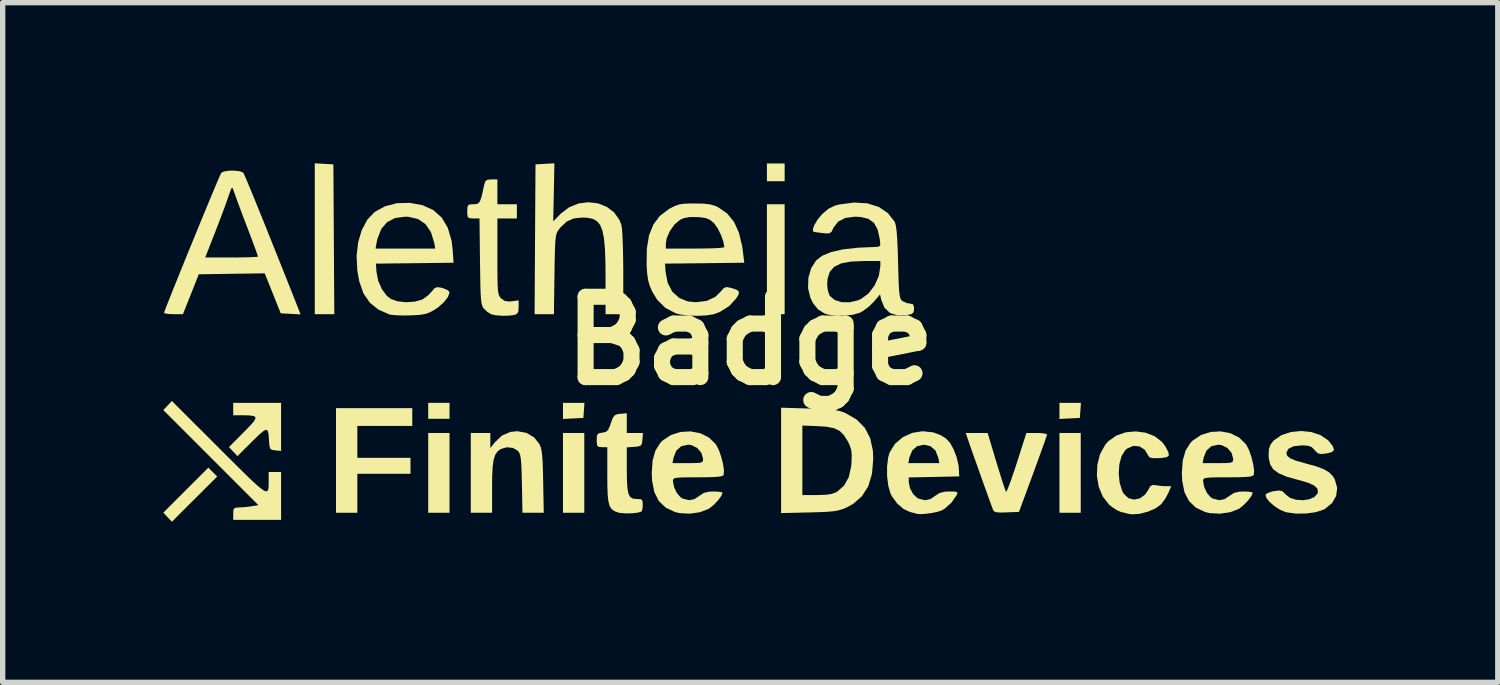
<source format=kicad_pcb>
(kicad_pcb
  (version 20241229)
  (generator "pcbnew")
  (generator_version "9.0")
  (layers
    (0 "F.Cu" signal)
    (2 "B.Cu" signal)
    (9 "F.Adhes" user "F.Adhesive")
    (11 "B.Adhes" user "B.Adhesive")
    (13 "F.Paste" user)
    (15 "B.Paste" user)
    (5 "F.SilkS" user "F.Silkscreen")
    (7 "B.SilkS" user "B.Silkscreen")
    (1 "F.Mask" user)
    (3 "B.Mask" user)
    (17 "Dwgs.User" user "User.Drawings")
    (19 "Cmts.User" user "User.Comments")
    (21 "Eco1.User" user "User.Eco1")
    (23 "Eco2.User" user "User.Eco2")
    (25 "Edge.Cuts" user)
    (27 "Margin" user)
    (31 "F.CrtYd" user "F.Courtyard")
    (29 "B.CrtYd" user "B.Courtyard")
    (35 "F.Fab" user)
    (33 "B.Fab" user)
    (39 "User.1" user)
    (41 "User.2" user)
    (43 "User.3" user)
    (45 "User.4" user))
  (footprint "Badge"
    (layer "F.Cu")
    (at 10.959 3.315)
    (property "Reference" "Badge" (at 0 0 0) (layer "F.SilkS") (effects (font (size 1.5 1.5) (thickness 0.3))))
    (attr board_only exclude_from_pos_files exclude_from_bom)
    (fp_poly (pts (xy -10.035 2.452) (xy -9.952 2.535) (xy -10.375 2.957) (xy -10.799 3.38) (xy -10.879 3.295) (xy -10.959 3.21) (xy -10.538 2.789) (xy -10.118 2.369)) (stroke (width 0) (type solid)) (fill yes) (layer "F.SilkS"))
    (fp_poly (pts (xy -7.956 -3.305) (xy -7.782 -3.295) (xy -7.774 -1.896) (xy -7.765 -0.497) (xy -7.947 -0.497) (xy -8.13 -0.497) (xy -8.13 -1.906) (xy -8.13 -3.315)) (stroke (width 0) (type solid)) (fill yes) (layer "F.SilkS"))
    (fp_poly (pts (xy -5.613 1.308) (xy -5.613 1.457) (xy -5.812 1.457) (xy -6.011 1.457) (xy -6.011 1.308) (xy -6.011 1.159) (xy -5.812 1.159) (xy -5.613 1.159)) (stroke (width 0) (type solid)) (fill yes) (layer "F.SilkS"))
    (fp_poly (pts (xy -5.613 2.467) (xy -5.613 3.212) (xy -5.812 3.212) (xy -6.011 3.212) (xy -6.011 2.467) (xy -6.011 1.722) (xy -5.812 1.722) (xy -5.613 1.722)) (stroke (width 0) (type solid)) (fill yes) (layer "F.SilkS"))
    (fp_poly (pts (xy -3.103 1.3) (xy -3.113 1.441) (xy -3.303 1.45) (xy -3.494 1.46) (xy -3.494 1.31) (xy -3.494 1.159) (xy -3.293 1.159) (xy -3.093 1.159)) (stroke (width 0) (type solid)) (fill yes) (layer "F.SilkS"))
    (fp_poly (pts (xy -3.096 2.467) (xy -3.096 3.212) (xy -3.295 3.212) (xy -3.494 3.212) (xy -3.494 2.467) (xy -3.494 1.722) (xy -3.295 1.722) (xy -3.096 1.722)) (stroke (width 0) (type solid)) (fill yes) (layer "F.SilkS"))
    (fp_poly (pts (xy 0.646 -3.146) (xy 0.646 -2.98) (xy 0.48 -2.98) (xy 0.315 -2.98) (xy 0.315 -3.146) (xy 0.315 -3.312) (xy 0.48 -3.312) (xy 0.646 -3.312)) (stroke (width 0) (type solid)) (fill yes) (layer "F.SilkS"))
    (fp_poly (pts (xy 0.646 -1.523) (xy 0.646 -0.497) (xy 0.48 -0.497) (xy 0.315 -0.497) (xy 0.315 -1.523) (xy 0.315 -2.55) (xy 0.48 -2.55) (xy 0.646 -2.55)) (stroke (width 0) (type solid)) (fill yes) (layer "F.SilkS"))
    (fp_poly (pts (xy 6.17 1.3) (xy 6.16 1.441) (xy 5.969 1.45) (xy 5.779 1.46) (xy 5.779 1.31) (xy 5.779 1.159) (xy 5.979 1.159) (xy 6.18 1.159)) (stroke (width 0) (type solid)) (fill yes) (layer "F.SilkS"))
    (fp_poly (pts (xy 6.176 2.467) (xy 6.176 3.212) (xy 5.977 3.212) (xy 5.779 3.212) (xy 5.779 2.467) (xy 5.779 1.722) (xy 5.977 1.722) (xy 6.176 1.722)) (stroke (width 0) (type solid)) (fill yes) (layer "F.SilkS"))
    (fp_poly (pts (xy -6.309 1.424) (xy -6.309 1.59) (xy -6.822 1.59) (xy -7.335 1.59) (xy -7.335 1.888) (xy -7.335 2.186) (xy -6.838 2.186) (xy -6.342 2.186) (xy -6.342 2.335) (xy -6.342 2.484) (xy -6.838 2.484) (xy -7.335 2.484) (xy -7.335 2.848) (xy -7.335 3.212) (xy -7.534 3.212) (xy -7.733 3.212) (xy -7.733 2.235) (xy -7.733 1.258) (xy -7.021 1.258) (xy -6.309 1.258)) (stroke (width 0) (type solid)) (fill yes) (layer "F.SilkS"))
    (fp_poly (pts (xy -8.759 1.608) (xy -8.759 2.057) (xy -8.867 2.047) (xy -8.931 2.037) (xy -8.964 2.011) (xy -8.978 1.95) (xy -8.984 1.871) (xy -8.992 1.755) (xy -9.006 1.685) (xy -9.035 1.66) (xy -9.085 1.682) (xy -9.166 1.751) (xy -9.284 1.866) (xy -9.3 1.882) (xy -9.574 2.154) (xy -9.653 2.07) (xy -9.733 1.985) (xy -9.458 1.709) (xy -9.335 1.583) (xy -9.26 1.496) (xy -9.234 1.44) (xy -9.258 1.409) (xy -9.334 1.395) (xy -9.461 1.391) (xy -9.496 1.391) (xy -9.653 1.391) (xy -9.653 1.275) (xy -9.653 1.159) (xy -9.206 1.159) (xy -8.759 1.159)) (stroke (width 0) (type solid)) (fill yes) (layer "F.SilkS"))
    (fp_poly (pts (xy -9.916 2.006) (xy -9.683 2.238) (xy -9.493 2.427) (xy -9.342 2.575) (xy -9.224 2.684) (xy -9.136 2.759) (xy -9.074 2.801) (xy -9.032 2.813) (xy -9.008 2.799) (xy -8.995 2.76) (xy -8.991 2.701) (xy -8.991 2.623) (xy -8.991 2.613) (xy -8.991 2.451) (xy -8.875 2.451) (xy -8.759 2.451) (xy -8.759 2.898) (xy -8.759 3.345) (xy -9.206 3.345) (xy -9.653 3.345) (xy -9.653 3.229) (xy -9.648 3.151) (xy -9.619 3.119) (xy -9.549 3.113) (xy -9.546 3.113) (xy -9.437 3.107) (xy -9.318 3.092) (xy -9.311 3.091) (xy -9.183 3.07) (xy -10.071 2.182) (xy -10.959 1.294) (xy -10.879 1.209) (xy -10.799 1.124)) (stroke (width 0) (type solid)) (fill yes) (layer "F.SilkS"))
    (fp_poly (pts (xy 5.457 1.726) (xy 5.527 1.738) (xy 5.547 1.75) (xy 5.536 1.788) (xy 5.505 1.879) (xy 5.457 2.013) (xy 5.396 2.182) (xy 5.325 2.377) (xy 5.285 2.487) (xy 5.023 3.196) (xy 4.792 3.205) (xy 4.667 3.208) (xy 4.593 3.201) (xy 4.554 3.182) (xy 4.538 3.156) (xy 4.517 3.1) (xy 4.478 2.994) (xy 4.427 2.851) (xy 4.366 2.683) (xy 4.302 2.502) (xy 4.238 2.322) (xy 4.178 2.154) (xy 4.128 2.012) (xy 4.105 1.946) (xy 4.028 1.722) (xy 4.233 1.722) (xy 4.438 1.722) (xy 4.599 2.26) (xy 4.654 2.439) (xy 4.703 2.596) (xy 4.743 2.719) (xy 4.771 2.797) (xy 4.782 2.821) (xy 4.798 2.799) (xy 4.83 2.722) (xy 4.874 2.602) (xy 4.928 2.447) (xy 4.982 2.283) (xy 5.161 1.722) (xy 5.354 1.722)) (stroke (width 0) (type solid)) (fill yes) (layer "F.SilkS"))
    (fp_poly (pts (xy -4.178 1.719) (xy -4.034 1.804) (xy -3.934 1.928) (xy -3.912 1.979) (xy -3.895 2.045) (xy -3.883 2.137) (xy -3.874 2.266) (xy -3.868 2.442) (xy -3.864 2.624) (xy -3.853 3.212) (xy -4.052 3.212) (xy -4.251 3.212) (xy -4.261 2.669) (xy -4.266 2.464) (xy -4.272 2.314) (xy -4.281 2.209) (xy -4.293 2.139) (xy -4.31 2.092) (xy -4.333 2.059) (xy -4.335 2.057) (xy -4.426 2.001) (xy -4.542 1.989) (xy -4.655 2.021) (xy -4.714 2.064) (xy -4.758 2.127) (xy -4.788 2.218) (xy -4.807 2.348) (xy -4.816 2.526) (xy -4.818 2.73) (xy -4.818 3.212) (xy -5.017 3.212) (xy -5.216 3.212) (xy -5.216 2.467) (xy -5.216 1.722) (xy -5.034 1.722) (xy -4.851 1.722) (xy -4.851 1.863) (xy -4.851 2.004) (xy -4.765 1.895) (xy -4.632 1.768) (xy -4.474 1.702) (xy -4.348 1.689)) (stroke (width 0) (type solid)) (fill yes) (layer "F.SilkS"))
    (fp_poly (pts (xy -3.665 -2.772) (xy -3.676 -2.23) (xy -3.539 -2.371) (xy -3.382 -2.492) (xy -3.206 -2.564) (xy -3.022 -2.588) (xy -2.842 -2.567) (xy -2.676 -2.502) (xy -2.537 -2.396) (xy -2.436 -2.251) (xy -2.403 -2.162) (xy -2.392 -2.091) (xy -2.383 -1.964) (xy -2.376 -1.793) (xy -2.371 -1.587) (xy -2.368 -1.356) (xy -2.368 -1.267) (xy -2.368 -0.497) (xy -2.533 -0.497) (xy -2.699 -0.497) (xy -2.699 -1.157) (xy -2.701 -1.466) (xy -2.71 -1.714) (xy -2.728 -1.909) (xy -2.757 -2.056) (xy -2.8 -2.163) (xy -2.858 -2.234) (xy -2.935 -2.277) (xy -3.032 -2.297) (xy -3.13 -2.302) (xy -3.294 -2.285) (xy -3.423 -2.228) (xy -3.537 -2.121) (xy -3.574 -2.074) (xy -3.597 -2.04) (xy -3.614 -1.999) (xy -3.627 -1.944) (xy -3.636 -1.863) (xy -3.642 -1.749) (xy -3.647 -1.591) (xy -3.651 -1.382) (xy -3.653 -1.24) (xy -3.663 -0.497) (xy -3.844 -0.497) (xy -4.024 -0.497) (xy -4.016 -1.896) (xy -4.007 -3.295) (xy -3.83 -3.305) (xy -3.654 -3.315)) (stroke (width 0) (type solid)) (fill yes) (layer "F.SilkS"))
    (fp_poly (pts (xy 1.101 1.265) (xy 1.308 1.271) (xy 1.462 1.28) (xy 1.576 1.292) (xy 1.664 1.309) (xy 1.738 1.332) (xy 1.788 1.353) (xy 1.993 1.473) (xy 2.144 1.627) (xy 2.244 1.819) (xy 2.294 2.052) (xy 2.301 2.205) (xy 2.278 2.483) (xy 2.209 2.715) (xy 2.091 2.902) (xy 1.925 3.047) (xy 1.798 3.116) (xy 1.723 3.146) (xy 1.648 3.168) (xy 1.559 3.184) (xy 1.443 3.194) (xy 1.285 3.201) (xy 1.101 3.206) (xy 0.58 3.218) (xy 0.58 2.234) (xy 0.58 2.232) (xy 0.977 2.232) (xy 0.977 2.881) (xy 1.25 2.881) (xy 1.409 2.876) (xy 1.52 2.861) (xy 1.602 2.832) (xy 1.626 2.818) (xy 1.757 2.704) (xy 1.844 2.546) (xy 1.89 2.34) (xy 1.895 2.273) (xy 1.899 2.134) (xy 1.889 2.034) (xy 1.859 1.946) (xy 1.832 1.89) (xy 1.757 1.767) (xy 1.675 1.684) (xy 1.57 1.633) (xy 1.426 1.605) (xy 1.273 1.595) (xy 0.977 1.583) (xy 0.977 2.232) (xy 0.58 2.232) (xy 0.58 1.25)) (stroke (width 0) (type solid)) (fill yes) (layer "F.SilkS"))
    (fp_poly (pts (xy -2.302 1.538) (xy -2.302 1.722) (xy -2.151 1.722) (xy -2 1.722) (xy -2.01 1.846) (xy -2.02 1.924) (xy -2.048 1.962) (xy -2.113 1.977) (xy -2.161 1.981) (xy -2.302 1.991) (xy -2.302 2.413) (xy -2.299 2.617) (xy -2.289 2.763) (xy -2.27 2.861) (xy -2.236 2.92) (xy -2.186 2.948) (xy -2.116 2.955) (xy -2.108 2.955) (xy -2.037 2.959) (xy -2.009 2.99) (xy -2.004 3.063) (xy -2.01 3.143) (xy -2.026 3.188) (xy -2.028 3.19) (xy -2.099 3.21) (xy -2.207 3.222) (xy -2.327 3.224) (xy -2.429 3.215) (xy -2.457 3.209) (xy -2.53 3.183) (xy -2.584 3.146) (xy -2.621 3.089) (xy -2.645 3.003) (xy -2.659 2.878) (xy -2.665 2.705) (xy -2.666 2.509) (xy -2.666 1.987) (xy -2.765 1.987) (xy -2.829 1.982) (xy -2.857 1.953) (xy -2.864 1.881) (xy -2.865 1.857) (xy -2.86 1.772) (xy -2.836 1.733) (xy -2.777 1.718) (xy -2.76 1.716) (xy -2.695 1.703) (xy -2.653 1.667) (xy -2.618 1.593) (xy -2.6 1.54) (xy -2.564 1.442) (xy -2.528 1.392) (xy -2.476 1.37) (xy -2.423 1.364) (xy -2.302 1.354)) (stroke (width 0) (type solid)) (fill yes) (layer "F.SilkS"))
    (fp_poly (pts (xy 7.39 1.717) (xy 7.558 1.783) (xy 7.694 1.888) (xy 7.757 1.973) (xy 7.812 2.078) (xy 7.823 2.141) (xy 7.785 2.173) (xy 7.69 2.188) (xy 7.646 2.191) (xy 7.531 2.193) (xy 7.468 2.181) (xy 7.442 2.153) (xy 7.374 2.037) (xy 7.275 1.973) (xy 7.162 1.962) (xy 7.048 2.01) (xy 7.007 2.045) (xy 6.939 2.154) (xy 6.898 2.303) (xy 6.886 2.474) (xy 6.902 2.645) (xy 6.948 2.798) (xy 6.981 2.859) (xy 7.067 2.939) (xy 7.172 2.966) (xy 7.282 2.943) (xy 7.379 2.873) (xy 7.435 2.789) (xy 7.476 2.716) (xy 7.522 2.692) (xy 7.579 2.698) (xy 7.689 2.712) (xy 7.77 2.716) (xy 7.866 2.716) (xy 7.814 2.84) (xy 7.755 2.949) (xy 7.682 3.048) (xy 7.674 3.056) (xy 7.57 3.132) (xy 7.429 3.192) (xy 7.276 3.232) (xy 7.134 3.242) (xy 7.054 3.229) (xy 6.999 3.214) (xy 6.929 3.198) (xy 6.851 3.164) (xy 6.755 3.1) (xy 6.705 3.059) (xy 6.588 2.91) (xy 6.512 2.726) (xy 6.478 2.522) (xy 6.487 2.313) (xy 6.538 2.114) (xy 6.633 1.943) (xy 6.691 1.876) (xy 6.842 1.77) (xy 7.018 1.709) (xy 7.205 1.692)) (stroke (width 0) (type solid)) (fill yes) (layer "F.SilkS"))
    (fp_poly (pts (xy -4.719 -2.782) (xy -4.719 -2.55) (xy -4.537 -2.55) (xy -4.355 -2.55) (xy -4.355 -2.417) (xy -4.355 -2.285) (xy -4.537 -2.285) (xy -4.719 -2.285) (xy -4.719 -1.573) (xy -4.719 -1.338) (xy -4.717 -1.16) (xy -4.714 -1.03) (xy -4.708 -0.938) (xy -4.698 -0.877) (xy -4.684 -0.837) (xy -4.665 -0.808) (xy -4.649 -0.791) (xy -4.582 -0.744) (xy -4.498 -0.733) (xy -4.45 -0.738) (xy -4.322 -0.755) (xy -4.322 -0.63) (xy -4.329 -0.542) (xy -4.36 -0.499) (xy -4.396 -0.484) (xy -4.497 -0.47) (xy -4.624 -0.467) (xy -4.746 -0.476) (xy -4.834 -0.495) (xy -4.835 -0.495) (xy -4.907 -0.54) (xy -4.967 -0.596) (xy -4.988 -0.623) (xy -5.004 -0.657) (xy -5.016 -0.708) (xy -5.025 -0.783) (xy -5.032 -0.891) (xy -5.037 -1.04) (xy -5.04 -1.239) (xy -5.044 -1.477) (xy -5.053 -2.285) (xy -5.168 -2.285) (xy -5.241 -2.289) (xy -5.273 -2.314) (xy -5.282 -2.379) (xy -5.282 -2.417) (xy -5.278 -2.502) (xy -5.257 -2.54) (xy -5.201 -2.55) (xy -5.167 -2.55) (xy -5.111 -2.553) (xy -5.071 -2.571) (xy -5.041 -2.614) (xy -5.014 -2.694) (xy -4.985 -2.822) (xy -4.967 -2.906) (xy -4.944 -2.98) (xy -4.901 -3.009) (xy -4.832 -3.014) (xy -4.719 -3.014)) (stroke (width 0) (type solid)) (fill yes) (layer "F.SilkS"))
    (fp_poly (pts (xy 3.419 1.71) (xy 3.561 1.763) (xy 3.661 1.826) (xy 3.735 1.907) (xy 3.799 2.02) (xy 3.857 2.169) (xy 3.893 2.32) (xy 3.898 2.368) (xy 3.908 2.533) (xy 3.436 2.543) (xy 2.964 2.552) (xy 2.964 2.635) (xy 2.987 2.753) (xy 3.046 2.863) (xy 3.127 2.938) (xy 3.15 2.949) (xy 3.27 2.978) (xy 3.37 2.956) (xy 3.455 2.898) (xy 3.539 2.843) (xy 3.638 2.818) (xy 3.723 2.815) (xy 3.822 2.816) (xy 3.867 2.826) (xy 3.872 2.851) (xy 3.855 2.889) (xy 3.76 3.025) (xy 3.637 3.135) (xy 3.588 3.165) (xy 3.51 3.192) (xy 3.398 3.216) (xy 3.278 3.232) (xy 3.174 3.238) (xy 3.113 3.231) (xy 3.058 3.215) (xy 2.991 3.199) (xy 2.869 3.143) (xy 2.749 3.04) (xy 2.651 2.906) (xy 2.623 2.851) (xy 2.582 2.709) (xy 2.56 2.533) (xy 2.559 2.349) (xy 2.567 2.285) (xy 2.956 2.285) (xy 3.245 2.285) (xy 3.535 2.285) (xy 3.514 2.177) (xy 3.461 2.047) (xy 3.367 1.967) (xy 3.245 1.941) (xy 3.118 1.969) (xy 3.027 2.052) (xy 2.977 2.177) (xy 2.956 2.285) (xy 2.567 2.285) (xy 2.579 2.182) (xy 2.607 2.085) (xy 2.709 1.923) (xy 2.854 1.8) (xy 3.03 1.72) (xy 3.222 1.689)) (stroke (width 0) (type solid)) (fill yes) (layer "F.SilkS"))
    (fp_poly (pts (xy -6.115 -2.532) (xy -5.916 -2.441) (xy -5.758 -2.3) (xy -5.645 -2.109) (xy -5.575 -1.871) (xy -5.554 -1.698) (xy -5.538 -1.458) (xy -6.263 -1.449) (xy -6.987 -1.441) (xy -6.978 -1.292) (xy -6.946 -1.123) (xy -6.877 -0.965) (xy -6.783 -0.839) (xy -6.71 -0.782) (xy -6.583 -0.737) (xy -6.424 -0.72) (xy -6.262 -0.731) (xy -6.125 -0.77) (xy -6.116 -0.775) (xy -6.02 -0.842) (xy -5.942 -0.924) (xy -5.891 -0.983) (xy -5.842 -1.002) (xy -5.765 -0.991) (xy -5.743 -0.985) (xy -5.655 -0.951) (xy -5.614 -0.911) (xy -5.613 -0.903) (xy -5.641 -0.82) (xy -5.715 -0.723) (xy -5.821 -0.628) (xy -5.903 -0.573) (xy -5.99 -0.527) (xy -6.075 -0.499) (xy -6.179 -0.483) (xy -6.324 -0.475) (xy -6.357 -0.474) (xy -6.501 -0.473) (xy -6.629 -0.478) (xy -6.719 -0.488) (xy -6.739 -0.493) (xy -6.944 -0.584) (xy -7.103 -0.713) (xy -7.22 -0.885) (xy -7.298 -1.106) (xy -7.335 -1.31) (xy -7.349 -1.583) (xy -7.333 -1.722) (xy -6.995 -1.722) (xy -6.437 -1.722) (xy -5.88 -1.722) (xy -5.899 -1.83) (xy -5.96 -2.03) (xy -6.062 -2.179) (xy -6.202 -2.274) (xy -6.382 -2.316) (xy -6.438 -2.318) (xy -6.629 -2.293) (xy -6.779 -2.216) (xy -6.888 -2.088) (xy -6.959 -1.906) (xy -6.972 -1.846) (xy -6.995 -1.722) (xy -7.333 -1.722) (xy -7.32 -1.839) (xy -7.252 -2.069) (xy -7.149 -2.261) (xy -7.013 -2.404) (xy -7.012 -2.405) (xy -6.819 -2.512) (xy -6.594 -2.57) (xy -6.352 -2.576)) (stroke (width 0) (type solid)) (fill yes) (layer "F.SilkS"))
    (fp_poly (pts (xy -0.929 1.727) (xy -0.768 1.807) (xy -0.642 1.929) (xy -0.632 1.944) (xy -0.582 2.042) (xy -0.538 2.169) (xy -0.504 2.301) (xy -0.487 2.419) (xy -0.492 2.5) (xy -0.493 2.504) (xy -0.514 2.523) (xy -0.565 2.536) (xy -0.656 2.544) (xy -0.796 2.549) (xy -0.976 2.55) (xy -1.16 2.55) (xy -1.287 2.553) (xy -1.369 2.559) (xy -1.415 2.569) (xy -1.435 2.586) (xy -1.44 2.611) (xy -1.441 2.617) (xy -1.42 2.731) (xy -1.368 2.842) (xy -1.297 2.924) (xy -1.258 2.948) (xy -1.138 2.977) (xy -1.039 2.958) (xy -0.95 2.898) (xy -0.865 2.842) (xy -0.765 2.818) (xy -0.682 2.815) (xy -0.587 2.819) (xy -0.525 2.829) (xy -0.513 2.838) (xy -0.537 2.898) (xy -0.597 2.979) (xy -0.676 3.063) (xy -0.759 3.13) (xy -0.781 3.143) (xy -0.94 3.203) (xy -1.128 3.229) (xy -1.315 3.219) (xy -1.403 3.198) (xy -1.577 3.115) (xy -1.705 2.992) (xy -1.788 2.826) (xy -1.83 2.612) (xy -1.836 2.467) (xy -1.823 2.285) (xy -1.449 2.285) (xy -1.163 2.285) (xy -1.026 2.284) (xy -0.941 2.279) (xy -0.897 2.267) (xy -0.88 2.243) (xy -0.878 2.204) (xy -0.878 2.204) (xy -0.908 2.094) (xy -0.986 2.003) (xy -1.093 1.949) (xy -1.156 1.941) (xy -1.285 1.969) (xy -1.377 2.051) (xy -1.427 2.177) (xy -1.449 2.285) (xy -1.823 2.285) (xy -1.82 2.234) (xy -1.767 2.049) (xy -1.675 1.906) (xy -1.635 1.864) (xy -1.478 1.76) (xy -1.299 1.703) (xy -1.111 1.692)) (stroke (width 0) (type solid)) (fill yes) (layer "F.SilkS"))
    (fp_poly (pts (xy 8.972 1.727) (xy 9.134 1.807) (xy 9.259 1.929) (xy 9.27 1.944) (xy 9.32 2.042) (xy 9.364 2.169) (xy 9.397 2.301) (xy 9.414 2.419) (xy 9.41 2.5) (xy 9.408 2.504) (xy 9.387 2.523) (xy 9.336 2.536) (xy 9.245 2.544) (xy 9.106 2.549) (xy 8.926 2.55) (xy 8.742 2.55) (xy 8.615 2.553) (xy 8.533 2.559) (xy 8.487 2.569) (xy 8.466 2.586) (xy 8.461 2.611) (xy 8.461 2.617) (xy 8.482 2.731) (xy 8.534 2.842) (xy 8.604 2.924) (xy 8.644 2.948) (xy 8.764 2.977) (xy 8.863 2.958) (xy 8.952 2.898) (xy 9.037 2.842) (xy 9.137 2.818) (xy 9.219 2.815) (xy 9.315 2.819) (xy 9.376 2.829) (xy 9.388 2.838) (xy 9.365 2.898) (xy 9.305 2.979) (xy 9.226 3.063) (xy 9.143 3.13) (xy 9.121 3.143) (xy 8.962 3.203) (xy 8.774 3.229) (xy 8.587 3.219) (xy 8.499 3.198) (xy 8.325 3.115) (xy 8.197 2.992) (xy 8.113 2.826) (xy 8.071 2.612) (xy 8.065 2.467) (xy 8.078 2.285) (xy 8.453 2.285) (xy 8.738 2.285) (xy 8.876 2.284) (xy 8.96 2.279) (xy 9.004 2.267) (xy 9.021 2.243) (xy 9.024 2.204) (xy 9.024 2.204) (xy 8.994 2.094) (xy 8.916 2.003) (xy 8.808 1.949) (xy 8.746 1.941) (xy 8.617 1.969) (xy 8.524 2.051) (xy 8.474 2.177) (xy 8.453 2.285) (xy 8.078 2.285) (xy 8.082 2.234) (xy 8.135 2.049) (xy 8.226 1.906) (xy 8.267 1.864) (xy 8.423 1.76) (xy 8.603 1.703) (xy 8.791 1.692)) (stroke (width 0) (type solid)) (fill yes) (layer "F.SilkS"))
    (fp_poly (pts (xy -9.528 -3.166) (xy -9.468 -3.142) (xy -9.464 -3.138) (xy -9.445 -3.098) (xy -9.403 -3.002) (xy -9.342 -2.855) (xy -9.262 -2.662) (xy -9.167 -2.427) (xy -9.057 -2.156) (xy -8.936 -1.854) (xy -8.805 -1.526) (xy -8.666 -1.178) (xy -8.521 -0.813) (xy -8.457 -0.652) (xy -8.395 -0.493) (xy -8.58 -0.503) (xy -8.766 -0.513) (xy -8.915 -0.887) (xy -9.065 -1.26) (xy -9.68 -1.251) (xy -10.296 -1.242) (xy -10.444 -0.869) (xy -10.592 -0.497) (xy -10.769 -0.497) (xy -10.867 -0.501) (xy -10.931 -0.512) (xy -10.945 -0.522) (xy -10.933 -0.558) (xy -10.899 -0.649) (xy -10.845 -0.784) (xy -10.776 -0.958) (xy -10.694 -1.161) (xy -10.603 -1.387) (xy -10.534 -1.556) (xy -10.176 -1.556) (xy -9.683 -1.556) (xy -9.511 -1.557) (xy -9.365 -1.56) (xy -9.256 -1.565) (xy -9.197 -1.57) (xy -9.19 -1.573) (xy -9.201 -1.607) (xy -9.232 -1.694) (xy -9.279 -1.822) (xy -9.339 -1.981) (xy -9.401 -2.144) (xy -9.472 -2.33) (xy -9.536 -2.502) (xy -9.589 -2.646) (xy -9.627 -2.751) (xy -9.644 -2.798) (xy -9.661 -2.847) (xy -9.677 -2.86) (xy -9.696 -2.828) (xy -9.726 -2.744) (xy -9.749 -2.678) (xy -9.788 -2.564) (xy -9.846 -2.408) (xy -9.914 -2.228) (xy -9.985 -2.043) (xy -9.999 -2.007) (xy -10.176 -1.556) (xy -10.534 -1.556) (xy -10.506 -1.626) (xy -10.405 -1.872) (xy -10.305 -2.117) (xy -10.208 -2.353) (xy -10.117 -2.572) (xy -10.037 -2.765) (xy -9.969 -2.927) (xy -9.917 -3.048) (xy -9.885 -3.12) (xy -9.876 -3.138) (xy -9.823 -3.163) (xy -9.73 -3.177) (xy -9.624 -3.177)) (stroke (width 0) (type solid)) (fill yes) (layer "F.SilkS"))
    (fp_poly (pts (xy 10.48 1.704) (xy 10.653 1.761) (xy 10.792 1.855) (xy 10.814 1.878) (xy 10.888 1.974) (xy 10.907 2.038) (xy 10.869 2.078) (xy 10.773 2.103) (xy 10.762 2.105) (xy 10.666 2.115) (xy 10.607 2.102) (xy 10.558 2.058) (xy 10.545 2.04) (xy 10.493 1.988) (xy 10.431 1.962) (xy 10.333 1.954) (xy 10.299 1.954) (xy 10.153 1.97) (xy 10.058 2.015) (xy 10.018 2.087) (xy 10.018 2.101) (xy 10.035 2.152) (xy 10.093 2.197) (xy 10.2 2.241) (xy 10.365 2.287) (xy 10.371 2.289) (xy 10.571 2.344) (xy 10.716 2.399) (xy 10.818 2.459) (xy 10.888 2.532) (xy 10.923 2.593) (xy 10.966 2.747) (xy 10.947 2.897) (xy 10.871 3.03) (xy 10.743 3.136) (xy 10.704 3.157) (xy 10.561 3.202) (xy 10.383 3.226) (xy 10.196 3.228) (xy 10.028 3.205) (xy 10.002 3.199) (xy 9.897 3.155) (xy 9.793 3.088) (xy 9.703 3.01) (xy 9.644 2.935) (xy 9.628 2.875) (xy 9.629 2.871) (xy 9.667 2.843) (xy 9.747 2.816) (xy 9.788 2.808) (xy 9.882 2.796) (xy 9.94 2.809) (xy 9.989 2.853) (xy 10.003 2.87) (xy 10.086 2.934) (xy 10.198 2.969) (xy 10.323 2.978) (xy 10.443 2.96) (xy 10.541 2.918) (xy 10.6 2.852) (xy 10.607 2.824) (xy 10.596 2.76) (xy 10.537 2.704) (xy 10.425 2.652) (xy 10.254 2.602) (xy 10.233 2.597) (xy 10.023 2.538) (xy 9.872 2.474) (xy 9.771 2.399) (xy 9.713 2.306) (xy 9.688 2.188) (xy 9.686 2.132) (xy 9.692 2.019) (xy 9.718 1.943) (xy 9.773 1.872) (xy 9.787 1.858) (xy 9.926 1.762) (xy 10.099 1.704) (xy 10.289 1.685)) (stroke (width 0) (type solid)) (fill yes) (layer "F.SilkS"))
    (fp_poly (pts (xy -0.865 -2.561) (xy -0.748 -2.548) (xy -0.657 -2.522) (xy -0.591 -2.492) (xy -0.427 -2.377) (xy -0.3 -2.222) (xy -0.208 -2.02) (xy -0.147 -1.767) (xy -0.131 -1.648) (xy -0.108 -1.458) (xy -0.848 -1.449) (xy -1.588 -1.441) (xy -1.578 -1.292) (xy -1.539 -1.083) (xy -1.453 -0.918) (xy -1.324 -0.8) (xy -1.157 -0.734) (xy -1.011 -0.72) (xy -0.81 -0.745) (xy -0.653 -0.817) (xy -0.543 -0.924) (xy -0.491 -0.985) (xy -0.44 -1.004) (xy -0.36 -0.989) (xy -0.352 -0.987) (xy -0.25 -0.954) (xy -0.207 -0.917) (xy -0.215 -0.863) (xy -0.257 -0.793) (xy -0.389 -0.649) (xy -0.562 -0.54) (xy -0.675 -0.497) (xy -0.807 -0.475) (xy -0.972 -0.466) (xy -1.144 -0.471) (xy -1.297 -0.49) (xy -1.383 -0.511) (xy -1.579 -0.613) (xy -1.735 -0.767) (xy -1.826 -0.917) (xy -1.874 -1.027) (xy -1.904 -1.134) (xy -1.922 -1.262) (xy -1.932 -1.419) (xy -1.928 -1.719) (xy -1.912 -1.816) (xy -1.573 -1.816) (xy -1.573 -1.722) (xy -1.027 -1.722) (xy -0.845 -1.724) (xy -0.689 -1.728) (xy -0.569 -1.734) (xy -0.497 -1.743) (xy -0.48 -1.749) (xy -0.498 -1.851) (xy -0.544 -1.978) (xy -0.605 -2.101) (xy -0.67 -2.193) (xy -0.679 -2.202) (xy -0.749 -2.259) (xy -0.824 -2.291) (xy -0.931 -2.307) (xy -0.986 -2.31) (xy -1.129 -2.311) (xy -1.235 -2.291) (xy -1.307 -2.259) (xy -1.409 -2.174) (xy -1.497 -2.051) (xy -1.557 -1.915) (xy -1.573 -1.816) (xy -1.912 -1.816) (xy -1.887 -1.968) (xy -1.806 -2.171) (xy -1.684 -2.333) (xy -1.518 -2.459) (xy -1.499 -2.47) (xy -1.407 -2.517) (xy -1.325 -2.546) (xy -1.233 -2.56) (xy -1.107 -2.565) (xy -1.027 -2.565)) (stroke (width 0) (type solid)) (fill yes) (layer "F.SilkS"))
    (fp_poly (pts (xy 2.19 -2.567) (xy 2.4 -2.502) (xy 2.571 -2.388) (xy 2.699 -2.227) (xy 2.703 -2.219) (xy 2.721 -2.162) (xy 2.736 -2.061) (xy 2.748 -1.911) (xy 2.758 -1.704) (xy 2.765 -1.463) (xy 2.771 -1.234) (xy 2.777 -1.062) (xy 2.784 -0.938) (xy 2.794 -0.854) (xy 2.806 -0.799) (xy 2.822 -0.766) (xy 2.843 -0.744) (xy 2.846 -0.742) (xy 2.93 -0.704) (xy 2.987 -0.695) (xy 3.042 -0.683) (xy 3.062 -0.632) (xy 3.063 -0.599) (xy 3.056 -0.535) (xy 3.021 -0.502) (xy 2.941 -0.482) (xy 2.931 -0.48) (xy 2.752 -0.474) (xy 2.611 -0.521) (xy 2.509 -0.62) (xy 2.45 -0.766) (xy 2.428 -0.866) (xy 2.309 -0.726) (xy 2.213 -0.633) (xy 2.104 -0.553) (xy 2.055 -0.526) (xy 1.923 -0.487) (xy 1.759 -0.468) (xy 1.591 -0.469) (xy 1.445 -0.492) (xy 1.391 -0.51) (xy 1.267 -0.589) (xy 1.174 -0.707) (xy 1.127 -0.803) (xy 1.083 -0.984) (xy 1.086 -1.052) (xy 1.441 -1.052) (xy 1.452 -0.944) (xy 1.482 -0.853) (xy 1.492 -0.836) (xy 1.582 -0.761) (xy 1.711 -0.721) (xy 1.862 -0.719) (xy 2.017 -0.756) (xy 2.073 -0.781) (xy 2.213 -0.885) (xy 2.327 -1.035) (xy 2.405 -1.212) (xy 2.434 -1.395) (xy 2.434 -1.399) (xy 2.434 -1.49) (xy 2.12 -1.49) (xy 1.882 -1.479) (xy 1.701 -1.445) (xy 1.572 -1.382) (xy 1.49 -1.289) (xy 1.448 -1.161) (xy 1.441 -1.052) (xy 1.086 -1.052) (xy 1.089 -1.175) (xy 1.142 -1.356) (xy 1.235 -1.501) (xy 1.349 -1.589) (xy 1.516 -1.658) (xy 1.739 -1.708) (xy 2.021 -1.739) (xy 2.347 -1.753) (xy 2.406 -1.758) (xy 2.431 -1.782) (xy 2.43 -1.843) (xy 2.423 -1.898) (xy 2.383 -2.078) (xy 2.315 -2.202) (xy 2.21 -2.278) (xy 2.061 -2.313) (xy 1.953 -2.318) (xy 1.779 -2.294) (xy 1.646 -2.226) (xy 1.56 -2.116) (xy 1.555 -2.105) (xy 1.524 -2.039) (xy 1.487 -2.009) (xy 1.422 -2.005) (xy 1.351 -2.012) (xy 1.256 -2.024) (xy 1.193 -2.035) (xy 1.18 -2.04) (xy 1.173 -2.086) (xy 1.202 -2.164) (xy 1.259 -2.259) (xy 1.335 -2.353) (xy 1.352 -2.37) (xy 1.467 -2.468) (xy 1.585 -2.524) (xy 1.666 -2.546) (xy 1.944 -2.582)) (stroke (width 0) (type solid)) (fill yes) (layer "F.SilkS")))
  (gr_rect
    (start -3 -3)
    (end 24.925 9.695)
    (stroke (width 0.1) (type default))
    (fill no)
    (layer "Edge.Cuts")))
</source>
